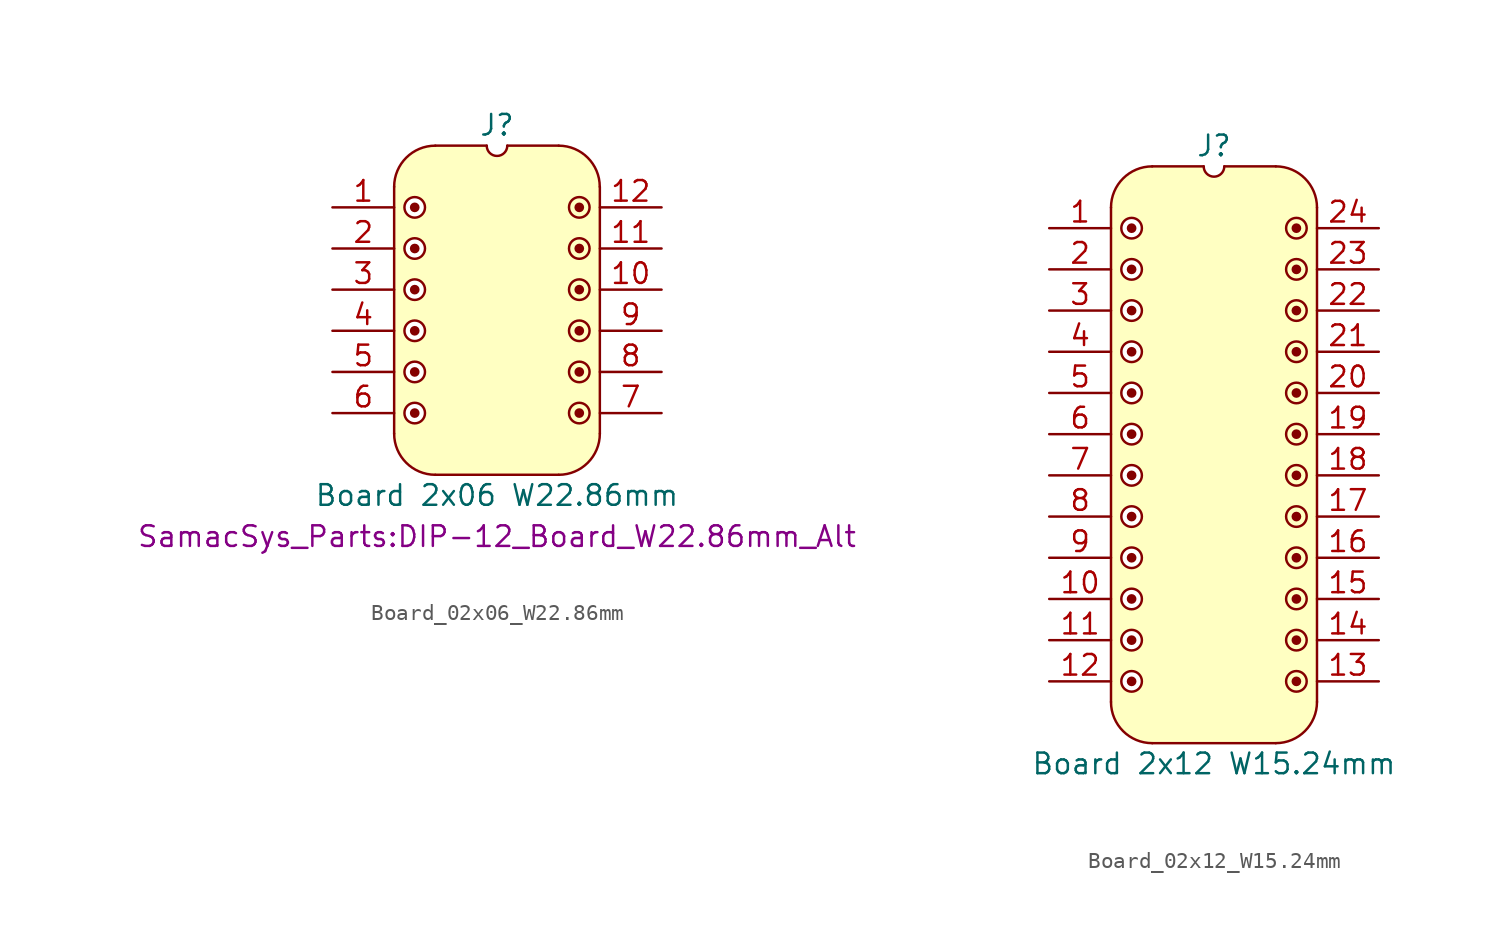
<source format=kicad_sym>
(kicad_symbol_lib
  (version 20241209)
  (generator "kicad_symbol_editor")
  (generator_version "9.0")
  (symbol "Board_02x06_W22.86mm"
    (pin_names
      (offset 1.016)
      (hide yes))
    (property "Reference" "J"
      (at 0 5.08 0)
      (effects (font (size 1.27 1.27))))
    (property "Value" "Board 2x06 W22.86mm"
      (at 0 -17.78 0)
      (effects (font (size 1.27 1.27))))
    (property "Footprint" "SamacSys_Parts:DIP-12_Board_W22.86mm_Alt"
      (at 0 -20.32 0)
      (effects (font (size 1.27 1.27))))
    (symbol "Board_02x06_W22.86mm_0_1"
      (polyline (pts (xy -6.35 1.27) (xy -6.35 -13.97)) (stroke (width 0) (type default)) (fill (type none)))
      (arc (start -3.8102 -16.5098) (mid -5.6063 -15.7659) (end -6.3502 -13.9698) (stroke (width 0) (type default)) (fill (type none)))
      (arc (start -6.35 1.27) (mid -5.6061 3.0661) (end -3.81 3.81) (stroke (width 0) (type default)) (fill (type none)))
      (polyline (pts (xy -3.81 3.81) (xy -0.635 3.81)) (stroke (width 0) (type default)) (fill (type none)))
      (arc (start 0.635 3.81) (mid 0 3.175) (end -0.635 3.81) (stroke (width 0) (type default)) (fill (type none)))
      (polyline (pts (xy 0.635 3.81) (xy 3.81 3.81)) (stroke (width 0) (type default)) (fill (type none)))
      (polyline (pts (xy 3.81 -16.51) (xy -3.81 -16.51)) (stroke (width 0) (type default)) (fill (type none)))
      (arc (start 3.81 3.81) (mid 5.6061 3.0661) (end 6.35 1.27) (stroke (width 0) (type default)) (fill (type none)))
      (arc (start 6.3498 -13.9698) (mid 5.6059 -15.7659) (end 3.8098 -16.5098) (stroke (width 0) (type default)) (fill (type none)))
      (polyline (pts (xy 6.35 -13.97) (xy 6.35 1.27)) (stroke (width 0) (type default)) (fill (type none))))
    (symbol "Board_02x06_W22.86mm_1_1"
      (polyline (pts (xy -6.35 1.27) (xy -6.096 2.286) (xy -5.588 3.048) (xy -4.826 3.556) (xy -4.064 3.81) (xy -0.762 3.81) (xy -0.508 3.302) (xy 0 3.048) (xy 0 -16.51) (xy -3.81 -16.51) (xy -4.826 -16.256) (xy -5.588 -15.748) (xy -6.096 -14.986) (xy -6.35 -13.97) (xy -6.35 1.27)) (stroke (width -0.0001) (type solid)) (fill (type background)))
      (circle (center -5.08 0) (radius 0.0001) (stroke (width 0.3) (type solid)) (fill (type none)))
      (circle (center -5.08 0) (radius 0.635) (stroke (width 0) (type solid)) (fill (type color) (color 255 255 255 1)))
      (circle (center -5.08 -2.54) (radius 0.0001) (stroke (width 0.3) (type solid)) (fill (type none)))
      (circle (center -5.08 -2.54) (radius 0.635) (stroke (width 0) (type solid)) (fill (type color) (color 255 255 255 1)))
      (circle (center -5.08 -5.08) (radius 0.0001) (stroke (width 0.3) (type solid)) (fill (type none)))
      (circle (center -5.08 -5.08) (radius 0.635) (stroke (width 0) (type solid)) (fill (type color) (color 255 255 255 1)))
      (circle (center -5.08 -7.62) (radius 0.0001) (stroke (width 0.3) (type solid)) (fill (type none)))
      (circle (center -5.08 -7.62) (radius 0.635) (stroke (width 0) (type solid)) (fill (type color) (color 255 255 255 1)))
      (circle (center -5.08 -10.16) (radius 0.0001) (stroke (width 0.3) (type solid)) (fill (type none)))
      (circle (center -5.08 -10.16) (radius 0.635) (stroke (width 0) (type solid)) (fill (type color) (color 255 255 255 1)))
      (circle (center -5.08 -12.7) (radius 0.0001) (stroke (width 0.3) (type solid)) (fill (type none)))
      (circle (center -5.08 -12.7) (radius 0.635) (stroke (width 0) (type solid)) (fill (type color) (color 255 255 255 1)))
      (circle (center 5.08 0) (radius 0.0001) (stroke (width 0.3) (type solid)) (fill (type none)))
      (circle (center 5.08 0) (radius 0.635) (stroke (width 0) (type solid)) (fill (type color) (color 255 255 255 1)))
      (circle (center 5.08 -2.54) (radius 0.0001) (stroke (width 0.3) (type solid)) (fill (type none)))
      (circle (center 5.08 -2.54) (radius 0.635) (stroke (width 0) (type solid)) (fill (type color) (color 255 255 255 1)))
      (circle (center 5.08 -5.08) (radius 0.0001) (stroke (width 0.3) (type solid)) (fill (type none)))
      (circle (center 5.08 -5.08) (radius 0.635) (stroke (width 0) (type solid)) (fill (type color) (color 255 255 255 1)))
      (circle (center 5.08 -7.62) (radius 0.0001) (stroke (width 0.3) (type solid)) (fill (type none)))
      (circle (center 5.08 -7.62) (radius 0.635) (stroke (width 0) (type solid)) (fill (type color) (color 255 255 255 1)))
      (circle (center 5.08 -10.16) (radius 0.0001) (stroke (width 0.3) (type solid)) (fill (type none)))
      (circle (center 5.08 -10.16) (radius 0.635) (stroke (width 0) (type solid)) (fill (type color) (color 255 255 255 1)))
      (circle (center 5.08 -12.7) (radius 0.0001) (stroke (width 0.3) (type solid)) (fill (type none)))
      (circle (center 5.08 -12.7) (radius 0.635) (stroke (width 0) (type solid)) (fill (type color) (color 255 255 255 1)))
      (polyline (pts (xy 6.35 1.27) (xy 6.096 2.286) (xy 5.588 3.048) (xy 4.826 3.556) (xy 4.064 3.81) (xy 0.762 3.81) (xy 0.508 3.302) (xy 0 3.048) (xy 0 -16.51) (xy 3.81 -16.51) (xy 4.826 -16.256) (xy 5.588 -15.748) (xy 6.096 -14.986) (xy 6.35 -13.97) (xy 6.35 1.27)) (stroke (width -0.0001) (type solid)) (fill (type background)))
      (pin passive line (at -10.16 0 0) (length 3.81) (name "" (effects (font (size 1.27 1.27)))) (number "1" (effects (font (size 1.27 1.27)))))
      (pin passive line (at -10.16 -2.54 0) (length 3.81) (name "" (effects (font (size 1.27 1.27)))) (number "2" (effects (font (size 1.27 1.27)))))
      (pin passive line (at -10.16 -5.08 0) (length 3.81) (name "" (effects (font (size 1.27 1.27)))) (number "3" (effects (font (size 1.27 1.27)))))
      (pin passive line (at -10.16 -7.62 0) (length 3.81) (name "" (effects (font (size 1.27 1.27)))) (number "4" (effects (font (size 1.27 1.27)))))
      (pin passive line (at -10.16 -10.16 0) (length 3.81) (name "" (effects (font (size 1.27 1.27)))) (number "5" (effects (font (size 1.27 1.27)))))
      (pin passive line (at -10.16 -12.7 0) (length 3.81) (name "" (effects (font (size 1.27 1.27)))) (number "6" (effects (font (size 1.27 1.27)))))
      (pin passive line (at 10.16 0 180) (length 3.81) (name "" (effects (font (size 1.27 1.27)))) (number "12" (effects (font (size 1.27 1.27)))))
      (pin passive line (at 10.16 -2.54 180) (length 3.81) (name "" (effects (font (size 1.27 1.27)))) (number "11" (effects (font (size 1.27 1.27)))))
      (pin passive line (at 10.16 -5.08 180) (length 3.81) (name "" (effects (font (size 1.27 1.27)))) (number "10" (effects (font (size 1.27 1.27)))))
      (pin passive line (at 10.16 -7.62 180) (length 3.81) (name "" (effects (font (size 1.27 1.27)))) (number "9" (effects (font (size 1.27 1.27)))))
      (pin passive line (at 10.16 -10.16 180) (length 3.81) (name "" (effects (font (size 1.27 1.27)))) (number "8" (effects (font (size 1.27 1.27)))))
      (pin passive line (at 10.16 -12.7 180) (length 3.81) (name "" (effects (font (size 1.27 1.27)))) (number "7" (effects (font (size 1.27 1.27)))))))
  (symbol "Board_02x12_W15.24mm"
    (pin_names
      (offset 1.016)
      (hide yes))
    (property "Reference" "J"
      (at 0 5.08 0)
      (effects (font (size 1.27 1.27))))
    (property "Value" "Board 2x12 W15.24mm"
      (at 0 -33.02 0)
      (effects (font (size 1.27 1.27))))
    (symbol "Board_02x12_W15.24mm_0_1"
      (polyline (pts (xy -6.35 1.27) (xy -6.35 -29.21)) (stroke (width 0) (type default)) (fill (type none)))
      (arc (start -3.8102 -31.7498) (mid -5.6063 -31.0059) (end -6.3502 -29.2098) (stroke (width 0) (type default)) (fill (type none)))
      (arc (start -6.35 1.27) (mid -5.6061 3.0661) (end -3.81 3.81) (stroke (width 0) (type default)) (fill (type none)))
      (polyline (pts (xy -3.81 3.81) (xy -0.635 3.81)) (stroke (width 0) (type default)) (fill (type none)))
      (arc (start 0.635 3.81) (mid 0 3.175) (end -0.635 3.81) (stroke (width 0) (type default)) (fill (type none)))
      (polyline (pts (xy 0.635 3.81) (xy 3.81 3.81)) (stroke (width 0) (type default)) (fill (type none)))
      (polyline (pts (xy 3.81 -31.75) (xy -3.81 -31.75)) (stroke (width 0) (type default)) (fill (type none)))
      (arc (start 3.81 3.81) (mid 5.6061 3.0661) (end 6.35 1.27) (stroke (width 0) (type default)) (fill (type none)))
      (arc (start 6.3498 -29.2098) (mid 5.6059 -31.0059) (end 3.8098 -31.7498) (stroke (width 0) (type default)) (fill (type none)))
      (polyline (pts (xy 6.35 -29.21) (xy 6.35 1.27)) (stroke (width 0) (type default)) (fill (type none))))
    (symbol "Board_02x12_W15.24mm_1_1"
      (polyline (pts (xy -6.35 1.27) (xy -6.096 2.286) (xy -5.588 3.048) (xy -4.826 3.556) (xy -4.064 3.81) (xy -0.762 3.81) (xy -0.508 3.302) (xy 0 3.048) (xy 0 -31.75) (xy -3.81 -31.75) (xy -4.826 -31.496) (xy -5.588 -30.988) (xy -6.096 -30.226) (xy -6.35 -29.464) (xy -6.35 1.27)) (stroke (width -0.0001) (type solid)) (fill (type background)))
      (circle (center -5.08 0) (radius 0.0001) (stroke (width 0.3) (type solid)) (fill (type none)))
      (circle (center -5.08 0) (radius 0.635) (stroke (width 0) (type solid)) (fill (type color) (color 255 255 255 1)))
      (circle (center -5.08 -2.54) (radius 0.0001) (stroke (width 0.3) (type solid)) (fill (type none)))
      (circle (center -5.08 -2.54) (radius 0.635) (stroke (width 0) (type solid)) (fill (type color) (color 255 255 255 1)))
      (circle (center -5.08 -5.08) (radius 0.0001) (stroke (width 0.3) (type solid)) (fill (type none)))
      (circle (center -5.08 -5.08) (radius 0.635) (stroke (width 0) (type solid)) (fill (type color) (color 255 255 255 1)))
      (circle (center -5.08 -7.62) (radius 0.0001) (stroke (width 0.3) (type solid)) (fill (type none)))
      (circle (center -5.08 -7.62) (radius 0.635) (stroke (width 0) (type solid)) (fill (type color) (color 255 255 255 1)))
      (circle (center -5.08 -10.16) (radius 0.0001) (stroke (width 0.3) (type solid)) (fill (type none)))
      (circle (center -5.08 -10.16) (radius 0.635) (stroke (width 0) (type solid)) (fill (type color) (color 255 255 255 1)))
      (circle (center -5.08 -12.7) (radius 0.0001) (stroke (width 0.3) (type solid)) (fill (type none)))
      (circle (center -5.08 -12.7) (radius 0.635) (stroke (width 0) (type solid)) (fill (type color) (color 255 255 255 1)))
      (circle (center -5.08 -15.24) (radius 0.0001) (stroke (width 0.3) (type solid)) (fill (type none)))
      (circle (center -5.08 -15.24) (radius 0.635) (stroke (width 0) (type solid)) (fill (type color) (color 255 255 255 1)))
      (circle (center -5.08 -17.78) (radius 0.0001) (stroke (width 0.3) (type solid)) (fill (type none)))
      (circle (center -5.08 -17.78) (radius 0.635) (stroke (width 0) (type solid)) (fill (type color) (color 255 255 255 1)))
      (circle (center -5.08 -20.32) (radius 0.0001) (stroke (width 0.3) (type solid)) (fill (type none)))
      (circle (center -5.08 -20.32) (radius 0.635) (stroke (width 0) (type solid)) (fill (type color) (color 255 255 255 1)))
      (circle (center -5.08 -22.86) (radius 0.0001) (stroke (width 0.3) (type solid)) (fill (type none)))
      (circle (center -5.08 -22.86) (radius 0.635) (stroke (width 0) (type solid)) (fill (type color) (color 255 255 255 1)))
      (circle (center -5.08 -25.4) (radius 0.0001) (stroke (width 0.3) (type solid)) (fill (type none)))
      (circle (center -5.08 -25.4) (radius 0.635) (stroke (width 0) (type solid)) (fill (type color) (color 255 255 255 1)))
      (circle (center -5.08 -27.94) (radius 0.0001) (stroke (width 0.3) (type solid)) (fill (type none)))
      (circle (center -5.08 -27.94) (radius 0.635) (stroke (width 0) (type solid)) (fill (type color) (color 255 255 255 1)))
      (circle (center 5.08 0) (radius 0.0001) (stroke (width 0.3) (type solid)) (fill (type none)))
      (circle (center 5.08 0) (radius 0.635) (stroke (width 0) (type solid)) (fill (type color) (color 255 255 255 1)))
      (circle (center 5.08 -2.54) (radius 0.0001) (stroke (width 0.3) (type solid)) (fill (type none)))
      (circle (center 5.08 -2.54) (radius 0.635) (stroke (width 0) (type solid)) (fill (type color) (color 255 255 255 1)))
      (circle (center 5.08 -5.08) (radius 0.0001) (stroke (width 0.3) (type solid)) (fill (type none)))
      (circle (center 5.08 -5.08) (radius 0.635) (stroke (width 0) (type solid)) (fill (type color) (color 255 255 255 1)))
      (circle (center 5.08 -7.62) (radius 0.0001) (stroke (width 0.3) (type solid)) (fill (type none)))
      (circle (center 5.08 -7.62) (radius 0.635) (stroke (width 0) (type solid)) (fill (type color) (color 255 255 255 1)))
      (circle (center 5.08 -10.16) (radius 0.0001) (stroke (width 0.3) (type solid)) (fill (type none)))
      (circle (center 5.08 -10.16) (radius 0.635) (stroke (width 0) (type solid)) (fill (type color) (color 255 255 255 1)))
      (circle (center 5.08 -12.7) (radius 0.0001) (stroke (width 0.3) (type solid)) (fill (type none)))
      (circle (center 5.08 -12.7) (radius 0.635) (stroke (width 0) (type solid)) (fill (type color) (color 255 255 255 1)))
      (circle (center 5.08 -15.24) (radius 0.0001) (stroke (width 0.3) (type solid)) (fill (type none)))
      (circle (center 5.08 -15.24) (radius 0.635) (stroke (width 0) (type solid)) (fill (type color) (color 255 255 255 1)))
      (circle (center 5.08 -17.78) (radius 0.0001) (stroke (width 0.3) (type solid)) (fill (type none)))
      (circle (center 5.08 -17.78) (radius 0.635) (stroke (width 0) (type solid)) (fill (type color) (color 255 255 255 1)))
      (circle (center 5.08 -20.32) (radius 0.0001) (stroke (width 0.3) (type solid)) (fill (type none)))
      (circle (center 5.08 -20.32) (radius 0.635) (stroke (width 0) (type solid)) (fill (type color) (color 255 255 255 1)))
      (circle (center 5.08 -22.86) (radius 0.0001) (stroke (width 0.3) (type solid)) (fill (type none)))
      (circle (center 5.08 -22.86) (radius 0.635) (stroke (width 0) (type solid)) (fill (type color) (color 255 255 255 1)))
      (circle (center 5.08 -25.4) (radius 0.0001) (stroke (width 0.3) (type solid)) (fill (type none)))
      (circle (center 5.08 -25.4) (radius 0.635) (stroke (width 0) (type solid)) (fill (type color) (color 255 255 255 1)))
      (circle (center 5.08 -27.94) (radius 0.0001) (stroke (width 0.3) (type solid)) (fill (type none)))
      (circle (center 5.08 -27.94) (radius 0.635) (stroke (width 0) (type solid)) (fill (type color) (color 255 255 255 1)))
      (polyline (pts (xy 6.35 1.27) (xy 6.096 2.286) (xy 5.588 3.048) (xy 4.826 3.556) (xy 4.064 3.81) (xy 0.762 3.81) (xy 0.508 3.302) (xy 0 3.048) (xy 0 -31.75) (xy 3.81 -31.75) (xy 4.826 -31.496) (xy 5.588 -30.988) (xy 6.096 -30.226) (xy 6.35 -29.464) (xy 6.35 1.27)) (stroke (width -0.0001) (type solid)) (fill (type background)))
      (pin passive line (at -10.16 0 0) (length 3.81) (name "" (effects (font (size 1.27 1.27)))) (number "1" (effects (font (size 1.27 1.27)))))
      (pin passive line (at -10.16 -2.54 0) (length 3.81) (name "" (effects (font (size 1.27 1.27)))) (number "2" (effects (font (size 1.27 1.27)))))
      (pin passive line (at -10.16 -5.08 0) (length 3.81) (name "" (effects (font (size 1.27 1.27)))) (number "3" (effects (font (size 1.27 1.27)))))
      (pin passive line (at -10.16 -7.62 0) (length 3.81) (name "" (effects (font (size 1.27 1.27)))) (number "4" (effects (font (size 1.27 1.27)))))
      (pin passive line (at -10.16 -10.16 0) (length 3.81) (name "" (effects (font (size 1.27 1.27)))) (number "5" (effects (font (size 1.27 1.27)))))
      (pin passive line (at -10.16 -12.7 0) (length 3.81) (name "" (effects (font (size 1.27 1.27)))) (number "6" (effects (font (size 1.27 1.27)))))
      (pin passive line (at -10.16 -15.24 0) (length 3.81) (name "" (effects (font (size 1.27 1.27)))) (number "7" (effects (font (size 1.27 1.27)))))
      (pin passive line (at -10.16 -17.78 0) (length 3.81) (name "" (effects (font (size 1.27 1.27)))) (number "8" (effects (font (size 1.27 1.27)))))
      (pin passive line (at -10.16 -20.32 0) (length 3.81) (name "" (effects (font (size 1.27 1.27)))) (number "9" (effects (font (size 1.27 1.27)))))
      (pin passive line (at -10.16 -22.86 0) (length 3.81) (name "" (effects (font (size 1.27 1.27)))) (number "10" (effects (font (size 1.27 1.27)))))
      (pin passive line (at -10.16 -25.4 0) (length 3.81) (name "" (effects (font (size 1.27 1.27)))) (number "11" (effects (font (size 1.27 1.27)))))
      (pin passive line (at -10.16 -27.94 0) (length 3.81) (name "" (effects (font (size 1.27 1.27)))) (number "12" (effects (font (size 1.27 1.27)))))
      (pin passive line (at 10.16 0 180) (length 3.81) (name "" (effects (font (size 1.27 1.27)))) (number "24" (effects (font (size 1.27 1.27)))))
      (pin passive line (at 10.16 -2.54 180) (length 3.81) (name "" (effects (font (size 1.27 1.27)))) (number "23" (effects (font (size 1.27 1.27)))))
      (pin passive line (at 10.16 -5.08 180) (length 3.81) (name "" (effects (font (size 1.27 1.27)))) (number "22" (effects (font (size 1.27 1.27)))))
      (pin passive line (at 10.16 -7.62 180) (length 3.81) (name "" (effects (font (size 1.27 1.27)))) (number "21" (effects (font (size 1.27 1.27)))))
      (pin passive line (at 10.16 -10.16 180) (length 3.81) (name "" (effects (font (size 1.27 1.27)))) (number "20" (effects (font (size 1.27 1.27)))))
      (pin passive line (at 10.16 -12.7 180) (length 3.81) (name "" (effects (font (size 1.27 1.27)))) (number "19" (effects (font (size 1.27 1.27)))))
      (pin passive line (at 10.16 -15.24 180) (length 3.81) (name "" (effects (font (size 1.27 1.27)))) (number "18" (effects (font (size 1.27 1.27)))))
      (pin passive line (at 10.16 -17.78 180) (length 3.81) (name "" (effects (font (size 1.27 1.27)))) (number "17" (effects (font (size 1.27 1.27)))))
      (pin passive line (at 10.16 -20.32 180) (length 3.81) (name "" (effects (font (size 1.27 1.27)))) (number "16" (effects (font (size 1.27 1.27)))))
      (pin passive line (at 10.16 -22.86 180) (length 3.81) (name "" (effects (font (size 1.27 1.27)))) (number "15" (effects (font (size 1.27 1.27)))))
      (pin passive line (at 10.16 -25.4 180) (length 3.81) (name "" (effects (font (size 1.27 1.27)))) (number "14" (effects (font (size 1.27 1.27)))))
      (pin passive line (at 10.16 -27.94 180) (length 3.81) (name "" (effects (font (size 1.27 1.27)))) (number "13" (effects (font (size 1.27 1.27))))))))
</source>
